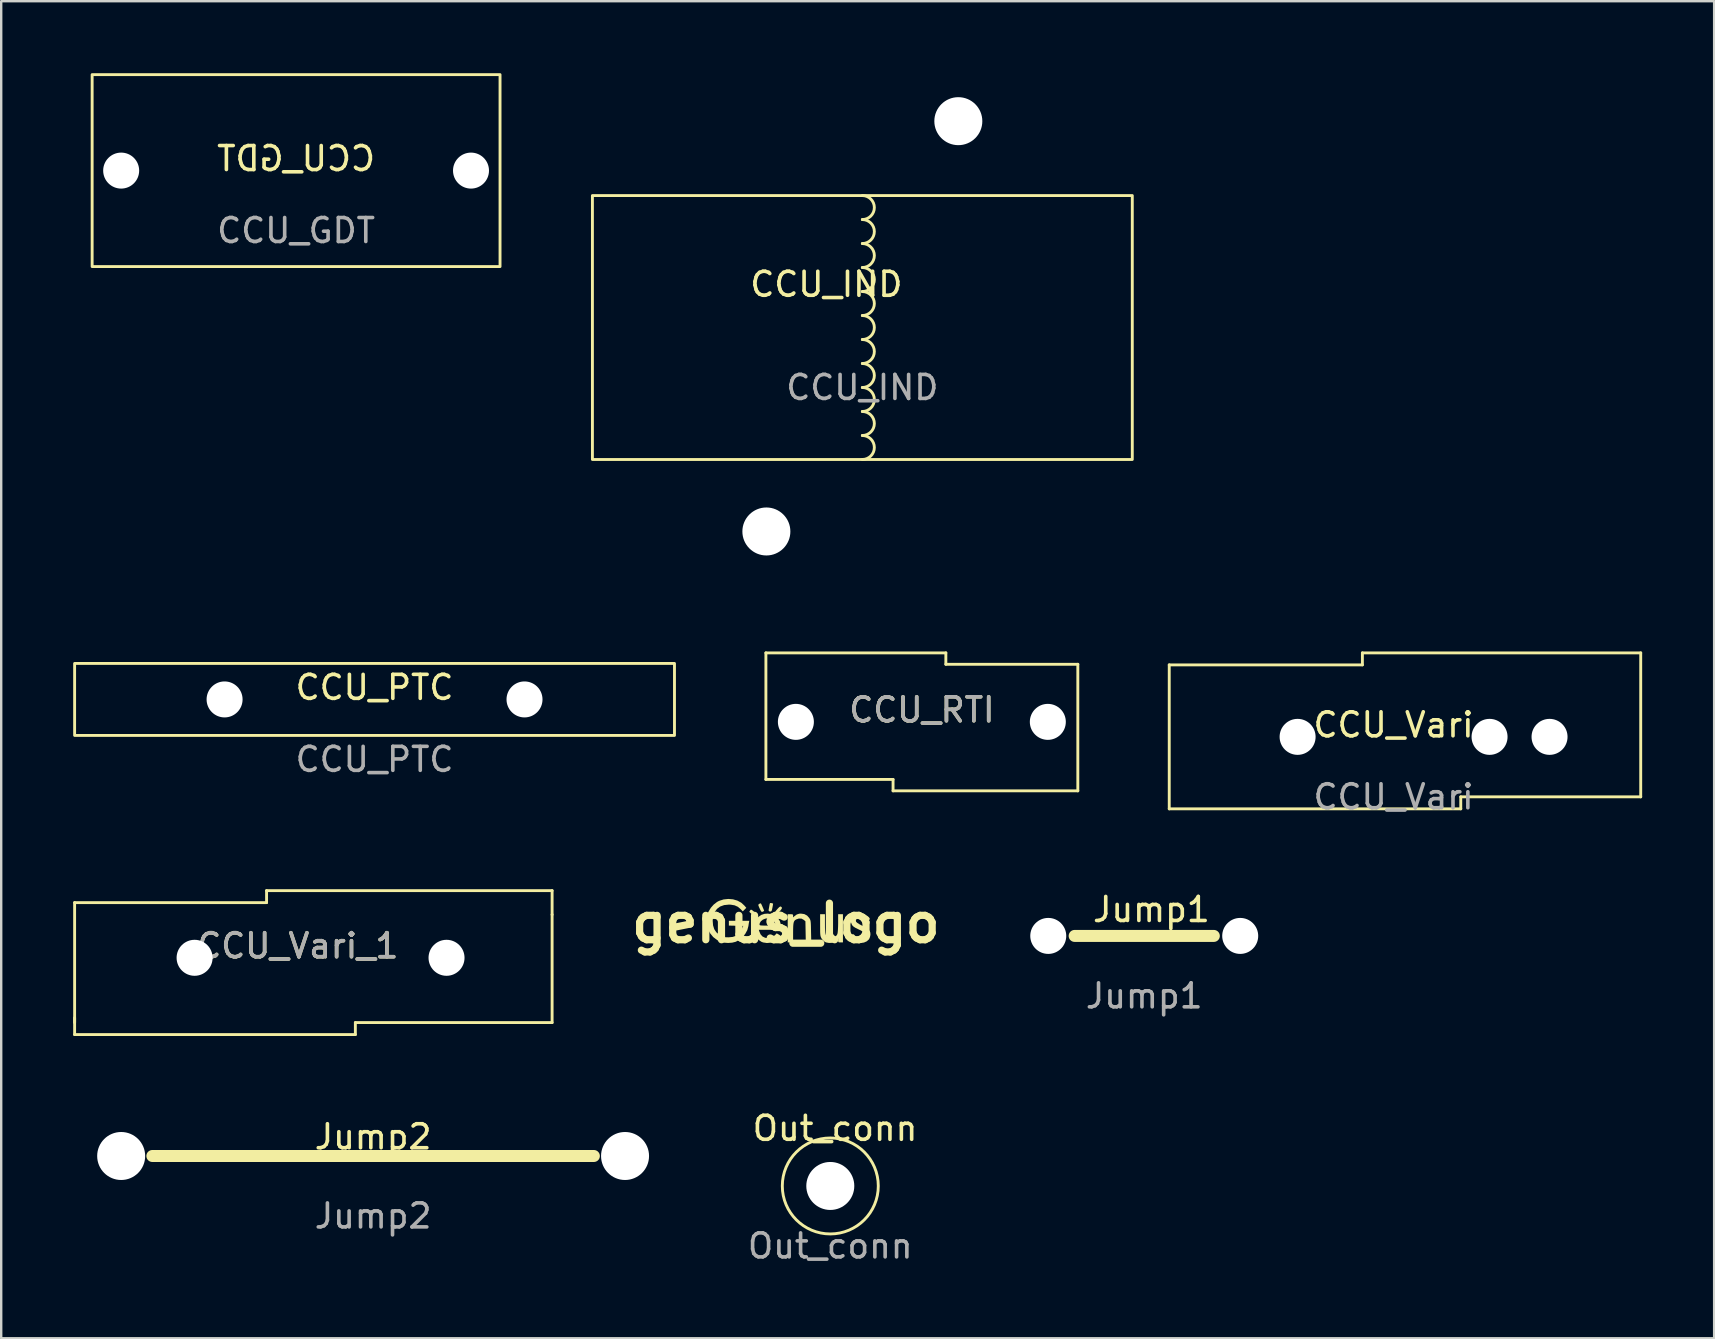
<source format=kicad_pcb>
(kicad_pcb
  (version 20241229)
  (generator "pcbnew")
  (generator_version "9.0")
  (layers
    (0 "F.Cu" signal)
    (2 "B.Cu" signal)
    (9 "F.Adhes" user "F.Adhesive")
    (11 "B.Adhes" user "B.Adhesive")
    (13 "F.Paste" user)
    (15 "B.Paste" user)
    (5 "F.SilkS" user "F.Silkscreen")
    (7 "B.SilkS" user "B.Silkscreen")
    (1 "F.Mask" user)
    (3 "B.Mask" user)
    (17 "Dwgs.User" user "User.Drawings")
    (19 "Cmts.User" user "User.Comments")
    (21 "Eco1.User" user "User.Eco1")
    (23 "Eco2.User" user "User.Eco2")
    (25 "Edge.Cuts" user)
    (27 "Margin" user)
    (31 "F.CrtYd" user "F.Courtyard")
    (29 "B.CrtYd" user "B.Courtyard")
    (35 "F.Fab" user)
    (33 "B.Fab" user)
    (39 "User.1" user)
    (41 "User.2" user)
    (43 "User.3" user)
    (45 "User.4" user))
  (footprint "genus_logo"
    (layer "F.Cu")
    (at 29.704 35.426)
    (property "Reference" "genus_logo" (at 0 0 0) (layer "F.SilkS") (effects (font (size 1.524 1.524) (thickness 0.3))))
    (attr board_only exclude_from_pos_files exclude_from_bom)
    (fp_poly (pts (xy -0.208 -0.693) (xy -0.176 -0.664) (xy -0.165 -0.637) (xy -0.177 -0.6) (xy -0.218 -0.543) (xy -0.252 -0.501) (xy -0.314 -0.429) (xy -0.355 -0.39) (xy -0.382 -0.38) (xy -0.406 -0.392) (xy -0.42 -0.405) (xy -0.444 -0.439) (xy -0.442 -0.475) (xy -0.411 -0.526) (xy -0.352 -0.594) (xy -0.287 -0.662) (xy -0.242 -0.694)) (stroke (width 0) (type solid)) (fill yes) (layer "F.SilkS"))
    (fp_poly (pts (xy -1.405 -0.542) (xy -1.343 -0.492) (xy -1.338 -0.488) (xy -1.256 -0.416) (xy -1.214 -0.363) (xy -1.208 -0.321) (xy -1.23 -0.286) (xy -1.254 -0.27) (xy -1.285 -0.276) (xy -1.334 -0.308) (xy -1.395 -0.356) (xy -1.46 -0.412) (xy -1.507 -0.455) (xy -1.524 -0.475) (xy -1.511 -0.503) (xy -1.489 -0.535) (xy -1.467 -0.56) (xy -1.443 -0.563)) (stroke (width 0) (type solid)) (fill yes) (layer "F.SilkS"))
    (fp_poly (pts (xy -1.04 -0.822) (xy -1.024 -0.792) (xy -0.997 -0.735) (xy -0.966 -0.663) (xy -0.936 -0.593) (xy -0.914 -0.538) (xy -0.907 -0.513) (xy -0.907 -0.513) (xy -0.931 -0.498) (xy -0.965 -0.48) (xy -0.996 -0.47) (xy -1.021 -0.482) (xy -1.05 -0.524) (xy -1.084 -0.59) (xy -1.12 -0.669) (xy -1.144 -0.733) (xy -1.151 -0.762) (xy -1.133 -0.791) (xy -1.092 -0.817) (xy -1.053 -0.827)) (stroke (width 0) (type solid)) (fill yes) (layer "F.SilkS"))
    (fp_poly (pts (xy -0.611 -0.84) (xy -0.603 -0.838) (xy -0.554 -0.825) (xy -0.535 -0.818) (xy -0.537 -0.793) (xy -0.546 -0.732) (xy -0.561 -0.652) (xy -0.58 -0.559) (xy -0.6 -0.507) (xy -0.629 -0.487) (xy -0.672 -0.49) (xy -0.685 -0.493) (xy -0.716 -0.512) (xy -0.72 -0.554) (xy -0.715 -0.584) (xy -0.7 -0.665) (xy -0.685 -0.754) (xy -0.684 -0.759) (xy -0.671 -0.82) (xy -0.651 -0.843)) (stroke (width 0) (type solid)) (fill yes) (layer "F.SilkS"))
    (fp_poly (pts (xy 0.767 -0.38) (xy 0.883 -0.318) (xy 0.968 -0.223) (xy 0.993 -0.184) (xy 1.011 -0.148) (xy 1.024 -0.106) (xy 1.033 -0.051) (xy 1.039 0.027) (xy 1.043 0.136) (xy 1.046 0.283) (xy 1.047 0.342) (xy 1.057 0.801) (xy 0.829 0.801) (xy 0.813 -0.08) (xy 0.743 -0.14) (xy 0.648 -0.191) (xy 0.539 -0.194) (xy 0.439 -0.161) (xy 0.391 -0.134) (xy 0.355 -0.099) (xy 0.33 -0.049) (xy 0.314 0.023) (xy 0.305 0.124) (xy 0.301 0.263) (xy 0.3 0.402) (xy 0.3 0.801) (xy 0.075 0.801) (xy 0.075 -0.375) (xy 0.188 -0.375) (xy 0.257 -0.373) (xy 0.29 -0.36) (xy 0.3 -0.329) (xy 0.3 -0.308) (xy 0.3 -0.242) (xy 0.357 -0.293) (xy 0.454 -0.364) (xy 0.556 -0.396) (xy 0.625 -0.4)) (stroke (width 0) (type solid)) (fill yes) (layer "F.SilkS"))
    (fp_poly (pts (xy 1.627 0.013) (xy 1.628 0.187) (xy 1.634 0.317) (xy 1.643 0.411) (xy 1.658 0.475) (xy 1.663 0.489) (xy 1.719 0.568) (xy 1.799 0.613) (xy 1.892 0.625) (xy 1.986 0.607) (xy 2.07 0.558) (xy 2.131 0.481) (xy 2.15 0.433) (xy 2.16 0.373) (xy 2.168 0.276) (xy 2.174 0.153) (xy 2.177 0.016) (xy 2.177 -0.019) (xy 2.177 -0.375) (xy 2.377 -0.375) (xy 2.377 0.801) (xy 2.277 0.801) (xy 2.213 0.798) (xy 2.185 0.782) (xy 2.177 0.741) (xy 2.177 0.721) (xy 2.177 0.641) (xy 2.108 0.705) (xy 2.047 0.757) (xy 1.989 0.796) (xy 1.985 0.798) (xy 1.901 0.82) (xy 1.795 0.823) (xy 1.689 0.805) (xy 1.632 0.784) (xy 1.568 0.737) (xy 1.506 0.667) (xy 1.488 0.639) (xy 1.466 0.599) (xy 1.45 0.561) (xy 1.439 0.515) (xy 1.432 0.454) (xy 1.428 0.369) (xy 1.427 0.251) (xy 1.426 0.091) (xy 1.426 0.079) (xy 1.426 -0.375) (xy 1.627 -0.375)) (stroke (width 0) (type solid)) (fill yes) (layer "F.SilkS"))
    (fp_poly (pts (xy -0.589 -0.377) (xy -0.445 -0.313) (xy -0.33 -0.212) (xy -0.249 -0.08) (xy -0.206 0.08) (xy -0.2 0.172) (xy -0.2 0.275) (xy -1.129 0.275) (xy -1.113 0.332) (xy -1.056 0.464) (xy -0.976 0.554) (xy -0.869 0.605) (xy -0.808 0.618) (xy -0.666 0.613) (xy -0.537 0.562) (xy -0.456 0.498) (xy -0.383 0.423) (xy -0.304 0.468) (xy -0.252 0.502) (xy -0.226 0.527) (xy -0.225 0.53) (xy -0.245 0.572) (xy -0.296 0.629) (xy -0.367 0.689) (xy -0.447 0.743) (xy -0.481 0.761) (xy -0.63 0.812) (xy -0.792 0.826) (xy -0.947 0.803) (xy -1.015 0.778) (xy -1.136 0.698) (xy -1.23 0.584) (xy -1.295 0.446) (xy -1.33 0.295) (xy -1.333 0.139) (xy -1.318 0.056) (xy -1.1 0.056) (xy -1.096 0.074) (xy -1.078 0.087) (xy -1.038 0.094) (xy -0.968 0.098) (xy -0.86 0.1) (xy -0.78 0.1) (xy -0.658 0.099) (xy -0.555 0.096) (xy -0.481 0.092) (xy -0.445 0.086) (xy -0.444 0.085) (xy -0.439 0.049) (xy -0.46 -0.01) (xy -0.499 -0.076) (xy -0.549 -0.133) (xy -0.555 -0.137) (xy -0.647 -0.187) (xy -0.752 -0.203) (xy -0.86 -0.189) (xy -0.96 -0.148) (xy -1.04 -0.085) (xy -1.09 -0.004) (xy -1.1 0.056) (xy -1.318 0.056) (xy -1.305 -0.012) (xy -1.243 -0.149) (xy -1.147 -0.263) (xy -1.143 -0.266) (xy -1.022 -0.347) (xy -0.892 -0.39) (xy -0.758 -0.4)) (stroke (width 0) (type solid)) (fill yes) (layer "F.SilkS"))
    (fp_poly (pts (xy -2.206 -0.995) (xy -2.023 -0.942) (xy -1.861 -0.854) (xy -1.736 -0.74) (xy -1.65 -0.64) (xy -1.724 -0.567) (xy -1.798 -0.493) (xy -1.884 -0.584) (xy -2.001 -0.683) (xy -2.136 -0.744) (xy -2.298 -0.772) (xy -2.377 -0.775) (xy -2.573 -0.755) (xy -2.738 -0.696) (xy -2.87 -0.599) (xy -2.968 -0.468) (xy -3.029 -0.304) (xy -3.051 -0.111) (xy -3.051 -0.1) (xy -3.036 0.091) (xy -2.987 0.247) (xy -2.904 0.375) (xy -2.781 0.479) (xy -2.722 0.515) (xy -2.646 0.553) (xy -2.578 0.576) (xy -2.498 0.586) (xy -2.39 0.588) (xy -2.217 0.572) (xy -2.078 0.524) (xy -1.966 0.438) (xy -1.873 0.31) (xy -1.836 0.238) (xy -1.778 0.113) (xy -2.078 0.106) (xy -2.377 0.099) (xy -2.377 -0.1) (xy -1.526 -0.1) (xy -1.537 -0.044) (xy -1.548 0.016) (xy -1.56 0.098) (xy -1.564 0.124) (xy -1.609 0.288) (xy -1.695 0.446) (xy -1.814 0.589) (xy -1.955 0.704) (xy -2.093 0.775) (xy -2.24 0.811) (xy -2.409 0.824) (xy -2.574 0.812) (xy -2.67 0.79) (xy -2.865 0.704) (xy -3.03 0.577) (xy -3.164 0.413) (xy -3.234 0.286) (xy -3.262 0.216) (xy -3.279 0.144) (xy -3.288 0.054) (xy -3.291 -0.069) (xy -3.291 -0.088) (xy -3.289 -0.21) (xy -3.282 -0.298) (xy -3.268 -0.37) (xy -3.242 -0.441) (xy -3.219 -0.494) (xy -3.128 -0.643) (xy -3.007 -0.779) (xy -2.869 -0.886) (xy -2.789 -0.929) (xy -2.598 -0.99) (xy -2.401 -1.011)) (stroke (width 0) (type solid)) (fill yes) (layer "F.SilkS"))
    (fp_poly (pts (xy 3.281 -0.362) (xy 3.318 -0.347) (xy 3.394 -0.302) (xy 3.455 -0.252) (xy 3.472 -0.231) (xy 3.497 -0.186) (xy 3.49 -0.156) (xy 3.452 -0.123) (xy 3.405 -0.089) (xy 3.369 -0.08) (xy 3.327 -0.096) (xy 3.263 -0.138) (xy 3.175 -0.181) (xy 3.082 -0.201) (xy 2.999 -0.197) (xy 2.941 -0.167) (xy 2.928 -0.15) (xy 2.914 -0.105) (xy 2.925 -0.063) (xy 2.968 -0.019) (xy 3.046 0.033) (xy 3.165 0.097) (xy 3.19 0.109) (xy 3.329 0.184) (xy 3.426 0.25) (xy 3.486 0.316) (xy 3.517 0.387) (xy 3.522 0.47) (xy 3.52 0.497) (xy 3.502 0.583) (xy 3.47 0.658) (xy 3.461 0.672) (xy 3.371 0.755) (xy 3.252 0.807) (xy 3.117 0.825) (xy 2.979 0.808) (xy 2.884 0.773) (xy 2.81 0.727) (xy 2.741 0.67) (xy 2.687 0.611) (xy 2.659 0.563) (xy 2.658 0.545) (xy 2.684 0.517) (xy 2.733 0.481) (xy 2.734 0.481) (xy 2.777 0.458) (xy 2.809 0.458) (xy 2.848 0.485) (xy 2.888 0.524) (xy 2.964 0.583) (xy 3.046 0.612) (xy 3.097 0.619) (xy 3.204 0.616) (xy 3.272 0.58) (xy 3.302 0.513) (xy 3.303 0.488) (xy 3.295 0.44) (xy 3.266 0.396) (xy 3.209 0.352) (xy 3.117 0.3) (xy 3.013 0.25) (xy 2.896 0.192) (xy 2.817 0.141) (xy 2.766 0.09) (xy 2.754 0.071) (xy 2.71 -0.039) (xy 2.71 -0.142) (xy 2.747 -0.233) (xy 2.816 -0.309) (xy 2.91 -0.365) (xy 3.023 -0.395) (xy 3.149 -0.396)) (stroke (width 0) (type solid)) (fill yes) (layer "F.SilkS")))
  (footprint "Jump1"
    (layer "F.Cu")
    (at 44.638 35.956)
    (property "Reference" "Jump1" (at 0.3 -1.1 0) (unlocked yes) (layer "F.SilkS") (effects (font (size 1 1) (thickness 0.15))))
    (attr through_hole)
    (fp_line (start -2.9 0) (end 2.9 0) (stroke (width 0.5) (type solid)) (layer "F.SilkS"))
    (fp_text user "${REFERENCE}" (at 0 2.5 0) (unlocked yes) (layer "F.Fab") (effects (font (size 1 1) (thickness 0.15))))
    (pad "1" thru_hole circle (at -4 0) (size 2.5 2.5) (drill 1.5) (layers "*.Cu" "*.Mask") (remove_unused_layers yes) (zone_layer_connections))
    (pad "2" thru_hole circle (at 4 0) (size 2.5 2.5) (drill 1.5) (layers "*.Cu" "*.Mask") (remove_unused_layers yes) (zone_layer_connections)))
  (footprint "Jump2"
    (layer "F.Cu")
    (at 12.5 45.128)
    (property "Reference" "Jump2" (at 0 -0.8 0) (unlocked yes) (layer "F.SilkS") (effects (font (size 1 1) (thickness 0.15))))
    (attr through_hole)
    (fp_line (start -9.2 0) (end 9.2 0) (stroke (width 0.5) (type solid)) (layer "F.SilkS"))
    (fp_text user "${REFERENCE}" (at 0 2.5 0) (unlocked yes) (layer "F.Fab") (effects (font (size 1 1) (thickness 0.15))))
    (pad "1" thru_hole circle (at -10.5 0) (size 4 4) (drill 2) (layers "*.Cu" "*.Mask") (remove_unused_layers yes) (zone_layer_connections))
    (pad "2" thru_hole circle (at 10.5 0) (size 4 4) (drill 2) (layers "*.Cu" "*.Mask") (remove_unused_layers yes) (zone_layer_connections)))
  (footprint "CCU_Vari"
    (layer "F.Cu")
    (at 55.03 27.66)
    (property "Reference" "CCU_Vari" (at 0 -0.5 0) (unlocked yes) (layer "F.SilkS") (effects (font (size 1 1) (thickness 0.15))))
    (attr through_hole)
    (fp_line (start -9.35 -3) (end -1.3 -3) (stroke (width 0.12) (type solid)) (layer "F.SilkS"))
    (fp_line (start -9.35 3) (end -9.35 -3) (stroke (width 0.12) (type solid)) (layer "F.SilkS"))
    (fp_line (start -1.3 -3.5) (end 10.3 -3.5) (stroke (width 0.12) (type solid)) (layer "F.SilkS"))
    (fp_line (start -1.3 -3) (end -1.3 -3.5) (stroke (width 0.12) (type solid)) (layer "F.SilkS"))
    (fp_line (start 2.8 2.5) (end 2.8 3) (stroke (width 0.12) (type solid)) (layer "F.SilkS"))
    (fp_line (start 2.8 3) (end -9.35 3) (stroke (width 0.12) (type solid)) (layer "F.SilkS"))
    (fp_line (start 10.3 -3.5) (end 10.3 2.5) (stroke (width 0.12) (type solid)) (layer "F.SilkS"))
    (fp_line (start 10.3 2.5) (end 2.8 2.5) (stroke (width 0.12) (type solid)) (layer "F.SilkS"))
    (fp_text user "${REFERENCE}" (at 0 2.5 0) (unlocked yes) (layer "F.Fab") (effects (font (size 1 1) (thickness 0.15))))
    (pad "1" thru_hole circle (at 4 0) (size 4 4) (drill 1.5) (layers "*.Cu" "*.Mask") (remove_unused_layers yes) (zone_layer_connections))
    (pad "1" thru_hole circle (at 6.5 0) (size 4 4) (drill 1.5) (layers "*.Cu" "*.Mask") (remove_unused_layers yes) (zone_layer_connections))
    (pad "2" thru_hole circle (at -4 0) (size 4 4) (drill 1.5) (layers "*.Cu" "*.Mask") (remove_unused_layers yes) (zone_layer_connections)))
  (footprint "CCU_GDT"
    (layer "F.Cu")
    (at 9.29 4.06)
    (property "Reference" "CCU_GDT" (at 0 -0.5 0) (unlocked yes) (layer "F.SilkS") (effects (font (size 1 1) (thickness 0.15)) (justify mirror)))
    (attr through_hole)
    (fp_rect (start -8.5 -4) (end 8.5 4) (stroke (width 0.12) (type solid)) (fill no) (layer "F.SilkS"))
    (fp_text user "${REFERENCE}" (at 0 2.5 0) (unlocked yes) (layer "F.Fab") (effects (font (size 1 1) (thickness 0.15))))
    (pad "1" thru_hole circle (at -7.29 0) (size 4 4) (drill 1.5) (layers "*.Cu" "*.Mask") (remove_unused_layers yes) (zone_layer_connections))
    (pad "3" thru_hole circle (at 7.29 0) (size 4 4) (drill 1.5) (property pad_prop_bga) (layers "*.Cu" "*.Mask") (remove_unused_layers yes) (zone_layer_connections)))
  (footprint "CCU_Vari_1"
    (layer "F.Cu")
    (at 9.06 36.868)
    (property "Reference" "CCU_Vari_1" (at 0.3 -0.5 0) (unlocked yes) (layer "F.SilkS") (effects (font (size 1 1) (thickness 0.15))))
    (attr through_hole)
    (fp_line (start -9 2.7) (end -9 -2.3) (stroke (width 0.12) (type solid)) (layer "F.SilkS"))
    (fp_line (start -9 3.2) (end -9 2.5) (stroke (width 0.12) (type solid)) (layer "F.SilkS"))
    (fp_line (start -1 -2.8) (end 10.9 -2.8) (stroke (width 0.12) (type solid)) (layer "F.SilkS"))
    (fp_line (start -1 -2.3) (end -9 -2.3) (stroke (width 0.12) (type solid)) (layer "F.SilkS"))
    (fp_line (start -1 -2.3) (end -1 -2.8) (stroke (width 0.12) (type solid)) (layer "F.SilkS"))
    (fp_line (start 2.7 2.7) (end 10.9 2.7) (stroke (width 0.12) (type solid)) (layer "F.SilkS"))
    (fp_line (start 2.7 3.2) (end -9 3.2) (stroke (width 0.12) (type solid)) (layer "F.SilkS"))
    (fp_line (start 2.7 3.2) (end 2.7 2.7) (stroke (width 0.12) (type solid)) (layer "F.SilkS"))
    (fp_line (start 10.9 -2.8) (end 10.9 -1.8) (stroke (width 0.12) (type solid)) (layer "F.SilkS"))
    (fp_line (start 10.9 -1.8) (end 10.9 2.7) (stroke (width 0.12) (type solid)) (layer "F.SilkS"))
    (fp_text user "${REFERENCE}" (at 0.3 -0.5 0) (unlocked yes) (layer "F.Fab") (effects (font (size 1 1) (thickness 0.15))))
    (pad "1" thru_hole circle (at -4 0) (size 4 4) (drill 1.5) (layers "*.Cu" "*.Mask") (remove_unused_layers yes) (zone_layer_connections))
    (pad "2" thru_hole circle (at 6.5 0) (size 4 4) (drill 1.5) (layers "*.Cu" "*.Mask") (remove_unused_layers yes) (zone_layer_connections)))
  (footprint "CCU_PTC"
    (layer "F.Cu")
    (at 12.56 26.1)
    (property "Reference" "CCU_PTC" (at 0 -0.5 0) (unlocked yes) (layer "F.SilkS") (effects (font (size 1 1) (thickness 0.15))))
    (attr through_hole)
    (fp_rect (start -12.5 -1.5) (end 12.5 1.5) (stroke (width 0.12) (type solid)) (fill no) (layer "F.SilkS"))
    (fp_text user "${REFERENCE}" (at 0 2.5 0) (unlocked yes) (layer "F.Fab") (effects (font (size 1 1) (thickness 0.15))))
    (pad "1" thru_hole circle (at -6.25 0) (size 4 4) (drill 1.5) (layers "*.Cu" "*.Mask") (remove_unused_layers yes) (zone_layer_connections))
    (pad "2" thru_hole circle (at 6.25 0) (size 4 4) (drill 1.5) (layers "*.Cu" "*.Mask") (remove_unused_layers yes) (zone_layer_connections)))
  (footprint "CCU_RTI"
    (layer "F.Cu")
    (at 35.37 27.035)
    (property "Reference" "CCU_RTI" (at 0 -0.5 0) (unlocked yes) (layer "F.SilkS") (effects (font (size 1 1) (thickness 0.15))))
    (attr through_hole)
    (fp_line (start -6.5 -2.875) (end 1 -2.875) (stroke (width 0.12) (type solid)) (layer "F.SilkS"))
    (fp_line (start -6.5 2.4) (end -6.5 -2.875) (stroke (width 0.12) (type solid)) (layer "F.SilkS"))
    (fp_line (start -1.2 2.4) (end -6.5 2.4) (stroke (width 0.12) (type solid)) (layer "F.SilkS"))
    (fp_line (start -1.2 2.875) (end -1.2 2.4) (stroke (width 0.12) (type solid)) (layer "F.SilkS"))
    (fp_line (start 1 -2.875) (end 1 -2.4) (stroke (width 0.12) (type solid)) (layer "F.SilkS"))
    (fp_line (start 1 -2.4) (end 6.5 -2.4) (stroke (width 0.12) (type solid)) (layer "F.SilkS"))
    (fp_line (start 6.5 -2.4) (end 6.5 2.875) (stroke (width 0.12) (type solid)) (layer "F.SilkS"))
    (fp_line (start 6.5 2.875) (end -1.2 2.875) (stroke (width 0.12) (type solid)) (layer "F.SilkS"))
    (fp_text user "${REFERENCE}" (at 0 -0.5 0) (unlocked yes) (layer "F.Fab") (effects (font (size 1 1) (thickness 0.15))))
    (pad "1" thru_hole circle (at -5.25 0) (size 4 4) (drill 1.5) (layers "*.Cu" "*.Mask") (remove_unused_layers yes) (zone_layer_connections))
    (pad "2" thru_hole circle (at 5.25 0) (size 4 4) (drill 1.5) (layers "*.Cu" "*.Mask") (remove_unused_layers yes) (zone_layer_connections)))
  (footprint "CCU_IND"
    (layer "F.Cu")
    (at 32.89 10.6)
    (property "Reference" "CCU_IND" (at -1.5 -1.8 0) (unlocked yes) (layer "F.SilkS") (effects (font (size 1 1) (thickness 0.15))))
    (attr through_hole)
    (fp_rect (start -11.25 -5.5) (end 11.25 5.5) (stroke (width 0.12) (type solid)) (fill no) (layer "F.SilkS"))
    (fp_arc (start 0 -5.5) (mid 0.5 -5) (end 0 -4.5) (stroke (width 0.12) (type solid)) (layer "F.SilkS"))
    (fp_arc (start 0 -4.5) (mid 0.5 -4) (end 0 -3.5) (stroke (width 0.12) (type solid)) (layer "F.SilkS"))
    (fp_arc (start 0 -3.5) (mid 0.5 -3) (end 0 -2.5) (stroke (width 0.12) (type solid)) (layer "F.SilkS"))
    (fp_arc (start 0 -2.5) (mid 0.5 -2) (end 0 -1.5) (stroke (width 0.12) (type solid)) (layer "F.SilkS"))
    (fp_arc (start 0 -1.5) (mid 0.5 -1) (end 0 -0.5) (stroke (width 0.12) (type solid)) (layer "F.SilkS"))
    (fp_arc (start 0 -0.5) (mid 0.5 0) (end 0 0.5) (stroke (width 0.12) (type solid)) (layer "F.SilkS"))
    (fp_arc (start 0 0.5) (mid 0.5 1) (end 0 1.5) (stroke (width 0.12) (type solid)) (layer "F.SilkS"))
    (fp_arc (start 0 1.5) (mid 0.5 2) (end 0 2.5) (stroke (width 0.12) (type solid)) (layer "F.SilkS"))
    (fp_arc (start 0 2.5) (mid 0.5 3) (end 0 3.5) (stroke (width 0.12) (type solid)) (layer "F.SilkS"))
    (fp_arc (start 0 3.5) (mid 0.5 4) (end 0 4.5) (stroke (width 0.12) (type solid)) (layer "F.SilkS"))
    (fp_arc (start 0 4.5) (mid 0.5 5) (end 0 5.5) (stroke (width 0.12) (type solid)) (layer "F.SilkS"))
    (fp_text user "${REFERENCE}" (at 0 2.5 0) (unlocked yes) (layer "F.Fab") (effects (font (size 1 1) (thickness 0.15))))
    (pad "1" thru_hole circle (at -4 8.5) (size 4 4) (drill 2) (layers "*.Cu" "*.Mask") (remove_unused_layers yes) (zone_layer_connections))
    (pad "2" thru_hole circle (at 4 -8.6) (size 4 4) (drill 2) (layers "*.Cu" "*.Mask") (remove_unused_layers yes) (zone_layer_connections)))
  (footprint "Out_conn"
    (layer "F.Cu")
    (at 31.554 46.377)
    (property "Reference" "Out_conn" (at 0.2 -2.4 0) (unlocked yes) (layer "F.SilkS") (effects (font (size 1 1) (thickness 0.15))))
    (attr through_hole)
    (fp_circle (center 0 0) (end 2 0) (stroke (width 0.12) (type solid)) (fill no) (layer "F.SilkS"))
    (fp_text user "${REFERENCE}" (at 0 2.5 0) (unlocked yes) (layer "F.Fab") (effects (font (size 1 1) (thickness 0.15))))
    (pad "1" thru_hole circle (at 0 0) (size 4 4) (drill 2) (layers "*.Cu" "*.Mask") (remove_unused_layers yes) (zone_layer_connections)))
  (gr_rect
    (start -3 -3)
    (end 68.39 52.725)
    (stroke (width 0.1) (type default))
    (fill no)
    (layer "Edge.Cuts")))
</source>
